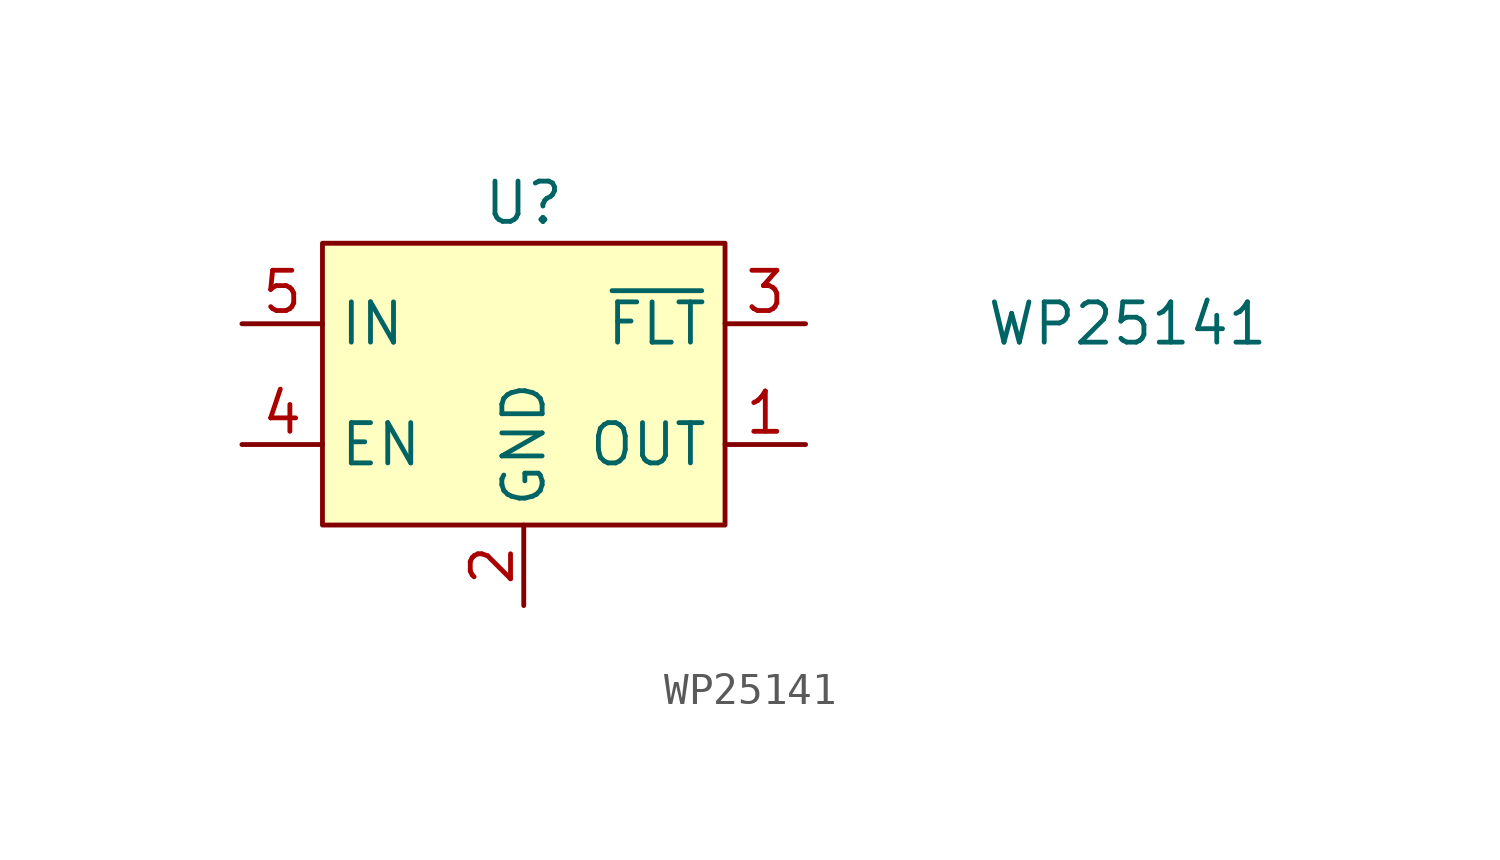
<source format=kicad_sym>
(kicad_symbol_lib
  (version 20231120)
  (generator "kicad_symbol_editor")
  (generator_version "8.0")
  (symbol "WP25141"
    (property "Reference" "U"
      (at 0 0 0)
      (effects (font (size 1.27 1.27))))
    (property "Value" "WP25141"
      (at 19.05 -3.81 0)
      (effects (font (size 1.27 1.27))))
    (symbol "WP25141_0_0"
      (pin power_out line (at 8.89 -7.62 180) (length 2.54) (name "OUT" (effects (font (size 1.27 1.27)))) (number "1" (effects (font (size 1.27 1.27)))))
      (pin power_in line (at 0 -12.7 90) (length 2.54) (name "GND" (effects (font (size 1.27 1.27)))) (number "2" (effects (font (size 1.27 1.27)))))
      (pin open_collector line (at 8.89 -3.81 180) (length 2.54) (name "~{FLT}" (effects (font (size 1.27 1.27)))) (number "3" (effects (font (size 1.27 1.27)))))
      (pin input line (at -8.89 -7.62 0) (length 2.54) (name "EN" (effects (font (size 1.27 1.27)))) (number "4" (effects (font (size 1.27 1.27)))))
      (pin power_in line (at -8.89 -3.81 0) (length 2.54) (name "IN" (effects (font (size 1.27 1.27)))) (number "5" (effects (font (size 1.27 1.27))))))
    (symbol "WP25141_1_1"
      (rectangle (start -6.35 -1.27) (end 6.35 -10.16) (stroke (width 0) (type default)) (fill (type background))))))
</source>
